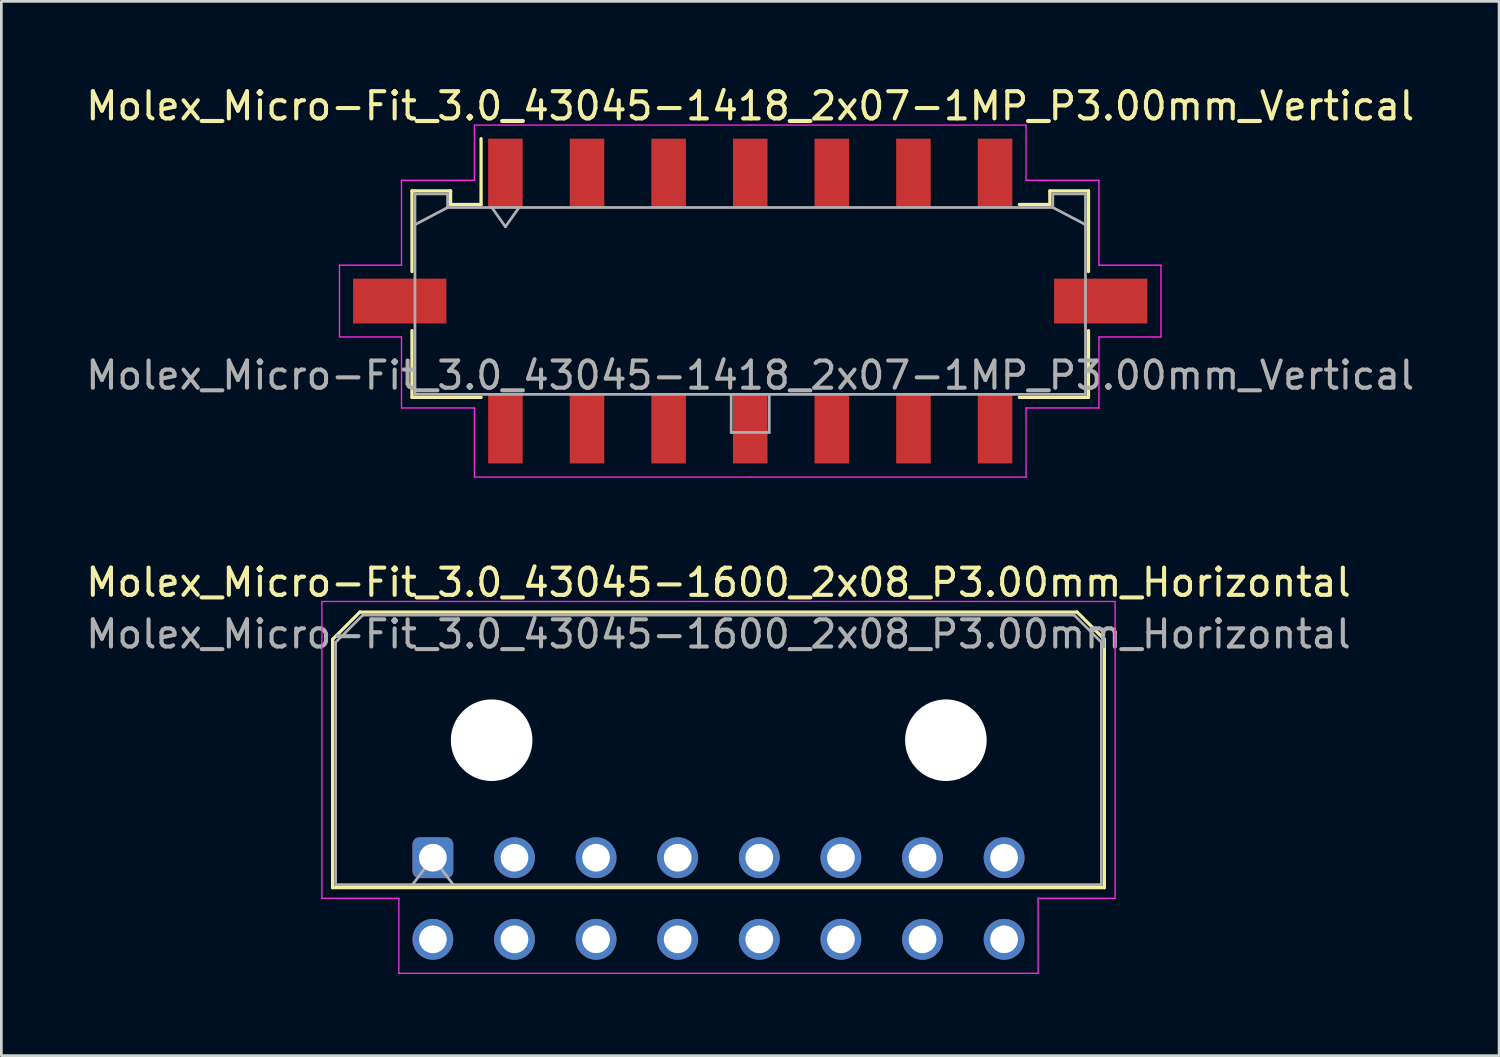
<source format=kicad_pcb>
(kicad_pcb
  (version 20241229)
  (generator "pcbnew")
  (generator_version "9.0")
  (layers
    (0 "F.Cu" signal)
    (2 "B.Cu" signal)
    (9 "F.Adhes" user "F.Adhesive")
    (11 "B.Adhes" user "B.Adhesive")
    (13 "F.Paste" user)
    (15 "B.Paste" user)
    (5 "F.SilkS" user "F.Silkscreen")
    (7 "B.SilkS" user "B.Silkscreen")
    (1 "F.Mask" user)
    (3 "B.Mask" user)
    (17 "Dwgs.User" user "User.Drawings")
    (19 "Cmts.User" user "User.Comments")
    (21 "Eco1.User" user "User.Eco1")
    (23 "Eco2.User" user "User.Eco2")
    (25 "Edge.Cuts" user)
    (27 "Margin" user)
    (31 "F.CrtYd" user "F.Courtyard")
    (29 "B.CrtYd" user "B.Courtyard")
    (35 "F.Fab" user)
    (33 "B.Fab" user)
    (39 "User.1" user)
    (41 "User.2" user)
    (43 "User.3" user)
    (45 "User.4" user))
  (footprint "Molex_Micro-Fit_3.0_43045-1418_2x07-1MP_P3.00mm_Vertical"
    (layer "F.Cu")
    (at 24.53 8.018)
    (property "Reference" "Molex_Micro-Fit_3.0_43045-1418_2x07-1MP_P3.00mm_Vertical" (at 0 -7.17 0) (layer "F.SilkS") (effects (font (size 1 1) (thickness 0.15))))
    (attr smd)
    (fp_line (start -12.435 -4.05) (end -11.015 -4.05) (stroke (width 0.12) (type solid)) (layer "F.SilkS"))
    (fp_line (start -12.435 -1.085) (end -12.435 -4.05) (stroke (width 0.12) (type solid)) (layer "F.SilkS"))
    (fp_line (start -12.435 1.085) (end -12.435 3.54) (stroke (width 0.12) (type solid)) (layer "F.SilkS"))
    (fp_line (start -12.435 3.54) (end -9.895 3.54) (stroke (width 0.12) (type solid)) (layer "F.SilkS"))
    (fp_line (start -11.015 -4.05) (end -11.015 -3.55) (stroke (width 0.12) (type solid)) (layer "F.SilkS"))
    (fp_line (start -11.015 -3.55) (end -9.895 -3.55) (stroke (width 0.12) (type solid)) (layer "F.SilkS"))
    (fp_line (start -9.895 -3.55) (end -9.895 -5.97) (stroke (width 0.12) (type solid)) (layer "F.SilkS"))
    (fp_line (start 11.015 -4.05) (end 11.015 -3.55) (stroke (width 0.12) (type solid)) (layer "F.SilkS"))
    (fp_line (start 11.015 -3.55) (end 9.895 -3.55) (stroke (width 0.12) (type solid)) (layer "F.SilkS"))
    (fp_line (start 12.435 -4.05) (end 11.015 -4.05) (stroke (width 0.12) (type solid)) (layer "F.SilkS"))
    (fp_line (start 12.435 -1.085) (end 12.435 -4.05) (stroke (width 0.12) (type solid)) (layer "F.SilkS"))
    (fp_line (start 12.435 1.085) (end 12.435 3.54) (stroke (width 0.12) (type solid)) (layer "F.SilkS"))
    (fp_line (start 12.435 3.54) (end 9.895 3.54) (stroke (width 0.12) (type solid)) (layer "F.SilkS"))
    (fp_line (start -15.1 -1.32) (end -15.1 1.32) (stroke (width 0.05) (type solid)) (layer "F.CrtYd"))
    (fp_line (start -15.1 1.32) (end -12.82 1.32) (stroke (width 0.05) (type solid)) (layer "F.CrtYd"))
    (fp_line (start -12.82 -4.44) (end -12.82 -1.32) (stroke (width 0.05) (type solid)) (layer "F.CrtYd"))
    (fp_line (start -12.82 -1.32) (end -15.1 -1.32) (stroke (width 0.05) (type solid)) (layer "F.CrtYd"))
    (fp_line (start -12.82 1.32) (end -12.82 3.93) (stroke (width 0.05) (type solid)) (layer "F.CrtYd"))
    (fp_line (start -12.82 3.93) (end -10.14 3.93) (stroke (width 0.05) (type solid)) (layer "F.CrtYd"))
    (fp_line (start -10.14 -6.47) (end -10.14 -4.44) (stroke (width 0.05) (type solid)) (layer "F.CrtYd"))
    (fp_line (start -10.14 -4.44) (end -12.82 -4.44) (stroke (width 0.05) (type solid)) (layer "F.CrtYd"))
    (fp_line (start -10.14 3.93) (end -10.14 6.47) (stroke (width 0.05) (type solid)) (layer "F.CrtYd"))
    (fp_line (start -10.14 6.47) (end 0 6.47) (stroke (width 0.05) (type solid)) (layer "F.CrtYd"))
    (fp_line (start 0 -6.47) (end -10.14 -6.47) (stroke (width 0.05) (type solid)) (layer "F.CrtYd"))
    (fp_line (start 0 -6.47) (end 10.14 -6.47) (stroke (width 0.05) (type solid)) (layer "F.CrtYd"))
    (fp_line (start 10.14 -6.47) (end 10.14 -4.44) (stroke (width 0.05) (type solid)) (layer "F.CrtYd"))
    (fp_line (start 10.14 -4.44) (end 12.82 -4.44) (stroke (width 0.05) (type solid)) (layer "F.CrtYd"))
    (fp_line (start 10.14 3.93) (end 10.14 6.47) (stroke (width 0.05) (type solid)) (layer "F.CrtYd"))
    (fp_line (start 10.14 6.47) (end 0 6.47) (stroke (width 0.05) (type solid)) (layer "F.CrtYd"))
    (fp_line (start 12.82 -4.44) (end 12.82 -1.32) (stroke (width 0.05) (type solid)) (layer "F.CrtYd"))
    (fp_line (start 12.82 -1.32) (end 15.1 -1.32) (stroke (width 0.05) (type solid)) (layer "F.CrtYd"))
    (fp_line (start 12.82 1.32) (end 12.82 3.93) (stroke (width 0.05) (type solid)) (layer "F.CrtYd"))
    (fp_line (start 12.82 3.93) (end 10.14 3.93) (stroke (width 0.05) (type solid)) (layer "F.CrtYd"))
    (fp_line (start 15.1 -1.32) (end 15.1 1.32) (stroke (width 0.05) (type solid)) (layer "F.CrtYd"))
    (fp_line (start 15.1 1.32) (end 12.82 1.32) (stroke (width 0.05) (type solid)) (layer "F.CrtYd"))
    (fp_line (start -12.325 -3.94) (end -12.325 3.43) (stroke (width 0.1) (type solid)) (layer "F.Fab"))
    (fp_line (start -12.325 -2.81) (end -11.125 -3.44) (stroke (width 0.1) (type solid)) (layer "F.Fab"))
    (fp_line (start -12.325 3.43) (end 12.325 3.43) (stroke (width 0.1) (type solid)) (layer "F.Fab"))
    (fp_line (start -11.125 -3.94) (end -12.325 -3.94) (stroke (width 0.1) (type solid)) (layer "F.Fab"))
    (fp_line (start -11.125 -3.44) (end -11.125 -3.94) (stroke (width 0.1) (type solid)) (layer "F.Fab"))
    (fp_line (start -9.5 -3.44) (end -9 -2.733) (stroke (width 0.1) (type solid)) (layer "F.Fab"))
    (fp_line (start -9 -2.733) (end -8.5 -3.44) (stroke (width 0.1) (type solid)) (layer "F.Fab"))
    (fp_line (start -0.7 3.43) (end -0.7 4.83) (stroke (width 0.1) (type solid)) (layer "F.Fab"))
    (fp_line (start -0.7 4.83) (end 0.7 4.83) (stroke (width 0.1) (type solid)) (layer "F.Fab"))
    (fp_line (start 0.7 4.83) (end 0.7 3.43) (stroke (width 0.1) (type solid)) (layer "F.Fab"))
    (fp_line (start 11.125 -3.94) (end 11.125 -3.44) (stroke (width 0.1) (type solid)) (layer "F.Fab"))
    (fp_line (start 11.125 -3.44) (end -11.125 -3.44) (stroke (width 0.1) (type solid)) (layer "F.Fab"))
    (fp_line (start 12.325 -3.94) (end 11.125 -3.94) (stroke (width 0.1) (type solid)) (layer "F.Fab"))
    (fp_line (start 12.325 -2.81) (end 11.125 -3.44) (stroke (width 0.1) (type solid)) (layer "F.Fab"))
    (fp_line (start 12.325 3.43) (end 12.325 -3.94) (stroke (width 0.1) (type solid)) (layer "F.Fab"))
    (fp_text user "${REFERENCE}" (at 0 2.73 0) (layer "F.Fab") (effects (font (size 1 1) (thickness 0.15))))
    (pad "1" smd rect (at -9 -4.7) (size 1.27 2.54) (layers "F.Cu" "F.Mask" "F.Paste"))
    (pad "2" smd rect (at -6 -4.7) (size 1.27 2.54) (layers "F.Cu" "F.Mask" "F.Paste"))
    (pad "3" smd rect (at -3 -4.7) (size 1.27 2.54) (layers "F.Cu" "F.Mask" "F.Paste"))
    (pad "4" smd rect (at 0 -4.7) (size 1.27 2.54) (layers "F.Cu" "F.Mask" "F.Paste"))
    (pad "5" smd rect (at 3 -4.7) (size 1.27 2.54) (layers "F.Cu" "F.Mask" "F.Paste"))
    (pad "6" smd rect (at 6 -4.7) (size 1.27 2.54) (layers "F.Cu" "F.Mask" "F.Paste"))
    (pad "7" smd rect (at 9 -4.7) (size 1.27 2.54) (layers "F.Cu" "F.Mask" "F.Paste"))
    (pad "8" smd rect (at -9 4.7) (size 1.27 2.54) (layers "F.Cu" "F.Mask" "F.Paste"))
    (pad "9" smd rect (at -6 4.7) (size 1.27 2.54) (layers "F.Cu" "F.Mask" "F.Paste"))
    (pad "10" smd rect (at -3 4.7) (size 1.27 2.54) (layers "F.Cu" "F.Mask" "F.Paste"))
    (pad "11" smd rect (at 0 4.7) (size 1.27 2.54) (layers "F.Cu" "F.Mask" "F.Paste"))
    (pad "12" smd rect (at 3 4.7) (size 1.27 2.54) (layers "F.Cu" "F.Mask" "F.Paste"))
    (pad "13" smd rect (at 6 4.7) (size 1.27 2.54) (layers "F.Cu" "F.Mask" "F.Paste"))
    (pad "14" smd rect (at 9 4.7) (size 1.27 2.54) (layers "F.Cu" "F.Mask" "F.Paste"))
    (pad "MP" smd rect (at -12.885 0) (size 3.43 1.65) (layers "F.Cu" "F.Mask" "F.Paste"))
    (pad "MP" smd rect (at 12.885 0) (size 3.43 1.65) (layers "F.Cu" "F.Mask" "F.Paste")))
  (footprint "Molex_Micro-Fit_3.0_43045-1600_2x08_P3.00mm_Horizontal"
    (layer "F.Cu")
    (at 12.863 28.482)
    (property "Reference" "Molex_Micro-Fit_3.0_43045-1600_2x08_P3.00mm_Horizontal" (at 10.5 -10.12 0) (layer "F.SilkS") (effects (font (size 1 1) (thickness 0.15))))
    (attr through_hole)
    (fp_line (start -3.685 -8.03) (end -2.685 -9.03) (stroke (width 0.12) (type solid)) (layer "F.SilkS"))
    (fp_line (start -3.685 1.1) (end -3.685 -8.03) (stroke (width 0.12) (type solid)) (layer "F.SilkS"))
    (fp_line (start -2.685 -9.03) (end 23.685 -9.03) (stroke (width 0.12) (type solid)) (layer "F.SilkS"))
    (fp_line (start 23.685 -9.03) (end 24.685 -8.03) (stroke (width 0.12) (type solid)) (layer "F.SilkS"))
    (fp_line (start 24.685 -8.03) (end 24.685 1.1) (stroke (width 0.12) (type solid)) (layer "F.SilkS"))
    (fp_line (start 24.685 1.1) (end -3.685 1.1) (stroke (width 0.12) (type solid)) (layer "F.SilkS"))
    (fp_line (start -4.08 -9.42) (end 25.08 -9.42) (stroke (width 0.05) (type solid)) (layer "F.CrtYd"))
    (fp_line (start -4.08 1.49) (end -4.08 -9.42) (stroke (width 0.05) (type solid)) (layer "F.CrtYd"))
    (fp_line (start -1.25 1.49) (end -4.08 1.49) (stroke (width 0.05) (type solid)) (layer "F.CrtYd"))
    (fp_line (start -1.25 4.25) (end -1.25 1.49) (stroke (width 0.05) (type solid)) (layer "F.CrtYd"))
    (fp_line (start 22.25 1.49) (end 22.25 4.25) (stroke (width 0.05) (type solid)) (layer "F.CrtYd"))
    (fp_line (start 22.25 4.25) (end -1.25 4.25) (stroke (width 0.05) (type solid)) (layer "F.CrtYd"))
    (fp_line (start 25.08 -9.42) (end 25.08 1.49) (stroke (width 0.05) (type solid)) (layer "F.CrtYd"))
    (fp_line (start 25.08 1.49) (end 22.25 1.49) (stroke (width 0.05) (type solid)) (layer "F.CrtYd"))
    (fp_line (start -3.575 -7.92) (end -2.575 -8.92) (stroke (width 0.1) (type solid)) (layer "F.Fab"))
    (fp_line (start -3.575 0.99) (end -3.575 -7.92) (stroke (width 0.1) (type solid)) (layer "F.Fab"))
    (fp_line (start -2.575 -8.92) (end 23.575 -8.92) (stroke (width 0.1) (type solid)) (layer "F.Fab"))
    (fp_line (start -0.75 0.99) (end 0 0) (stroke (width 0.1) (type solid)) (layer "F.Fab"))
    (fp_line (start 0 0) (end 0.75 0.99) (stroke (width 0.1) (type solid)) (layer "F.Fab"))
    (fp_line (start 23.575 -8.92) (end 24.575 -7.92) (stroke (width 0.1) (type solid)) (layer "F.Fab"))
    (fp_line (start 24.575 -7.92) (end 24.575 0.99) (stroke (width 0.1) (type solid)) (layer "F.Fab"))
    (fp_line (start 24.575 0.99) (end -3.575 0.99) (stroke (width 0.1) (type solid)) (layer "F.Fab"))
    (fp_text user "${REFERENCE}" (at 10.5 -8.22 0) (layer "F.Fab") (effects (font (size 1 1) (thickness 0.15))))
    (pad "" np_thru_hole circle (at 2.16 -4.32) (size 3 3) (drill 3) (layers "*.Cu" "*.Mask"))
    (pad "" np_thru_hole circle (at 18.86 -4.32) (size 3 3) (drill 3) (layers "*.Cu" "*.Mask"))
    (pad "1" thru_hole roundrect (at 0 0) (size 1.5 1.5) (drill 1.02) (layers "*.Cu" "*.Mask") (roundrect_rratio 0.167))
    (pad "2" thru_hole circle (at 3 0) (size 1.5 1.5) (drill 1.02) (layers "*.Cu" "*.Mask"))
    (pad "3" thru_hole circle (at 6 0) (size 1.5 1.5) (drill 1.02) (layers "*.Cu" "*.Mask"))
    (pad "4" thru_hole circle (at 9 0) (size 1.5 1.5) (drill 1.02) (layers "*.Cu" "*.Mask"))
    (pad "5" thru_hole circle (at 12 0) (size 1.5 1.5) (drill 1.02) (layers "*.Cu" "*.Mask"))
    (pad "6" thru_hole circle (at 15 0) (size 1.5 1.5) (drill 1.02) (layers "*.Cu" "*.Mask"))
    (pad "7" thru_hole circle (at 18 0) (size 1.5 1.5) (drill 1.02) (layers "*.Cu" "*.Mask"))
    (pad "8" thru_hole circle (at 21 0) (size 1.5 1.5) (drill 1.02) (layers "*.Cu" "*.Mask"))
    (pad "9" thru_hole circle (at 0 3) (size 1.5 1.5) (drill 1.02) (layers "*.Cu" "*.Mask"))
    (pad "10" thru_hole circle (at 3 3) (size 1.5 1.5) (drill 1.02) (layers "*.Cu" "*.Mask"))
    (pad "11" thru_hole circle (at 6 3) (size 1.5 1.5) (drill 1.02) (layers "*.Cu" "*.Mask"))
    (pad "12" thru_hole circle (at 9 3) (size 1.5 1.5) (drill 1.02) (layers "*.Cu" "*.Mask"))
    (pad "13" thru_hole circle (at 12 3) (size 1.5 1.5) (drill 1.02) (layers "*.Cu" "*.Mask"))
    (pad "14" thru_hole circle (at 15 3) (size 1.5 1.5) (drill 1.02) (layers "*.Cu" "*.Mask"))
    (pad "15" thru_hole circle (at 18 3) (size 1.5 1.5) (drill 1.02) (layers "*.Cu" "*.Mask"))
    (pad "16" thru_hole circle (at 21 3) (size 1.5 1.5) (drill 1.02) (layers "*.Cu" "*.Mask")))
  (gr_rect
    (start -3 -3)
    (end 52.06 35.757)
    (stroke (width 0.1) (type default))
    (fill no)
    (layer "Edge.Cuts")))
</source>
